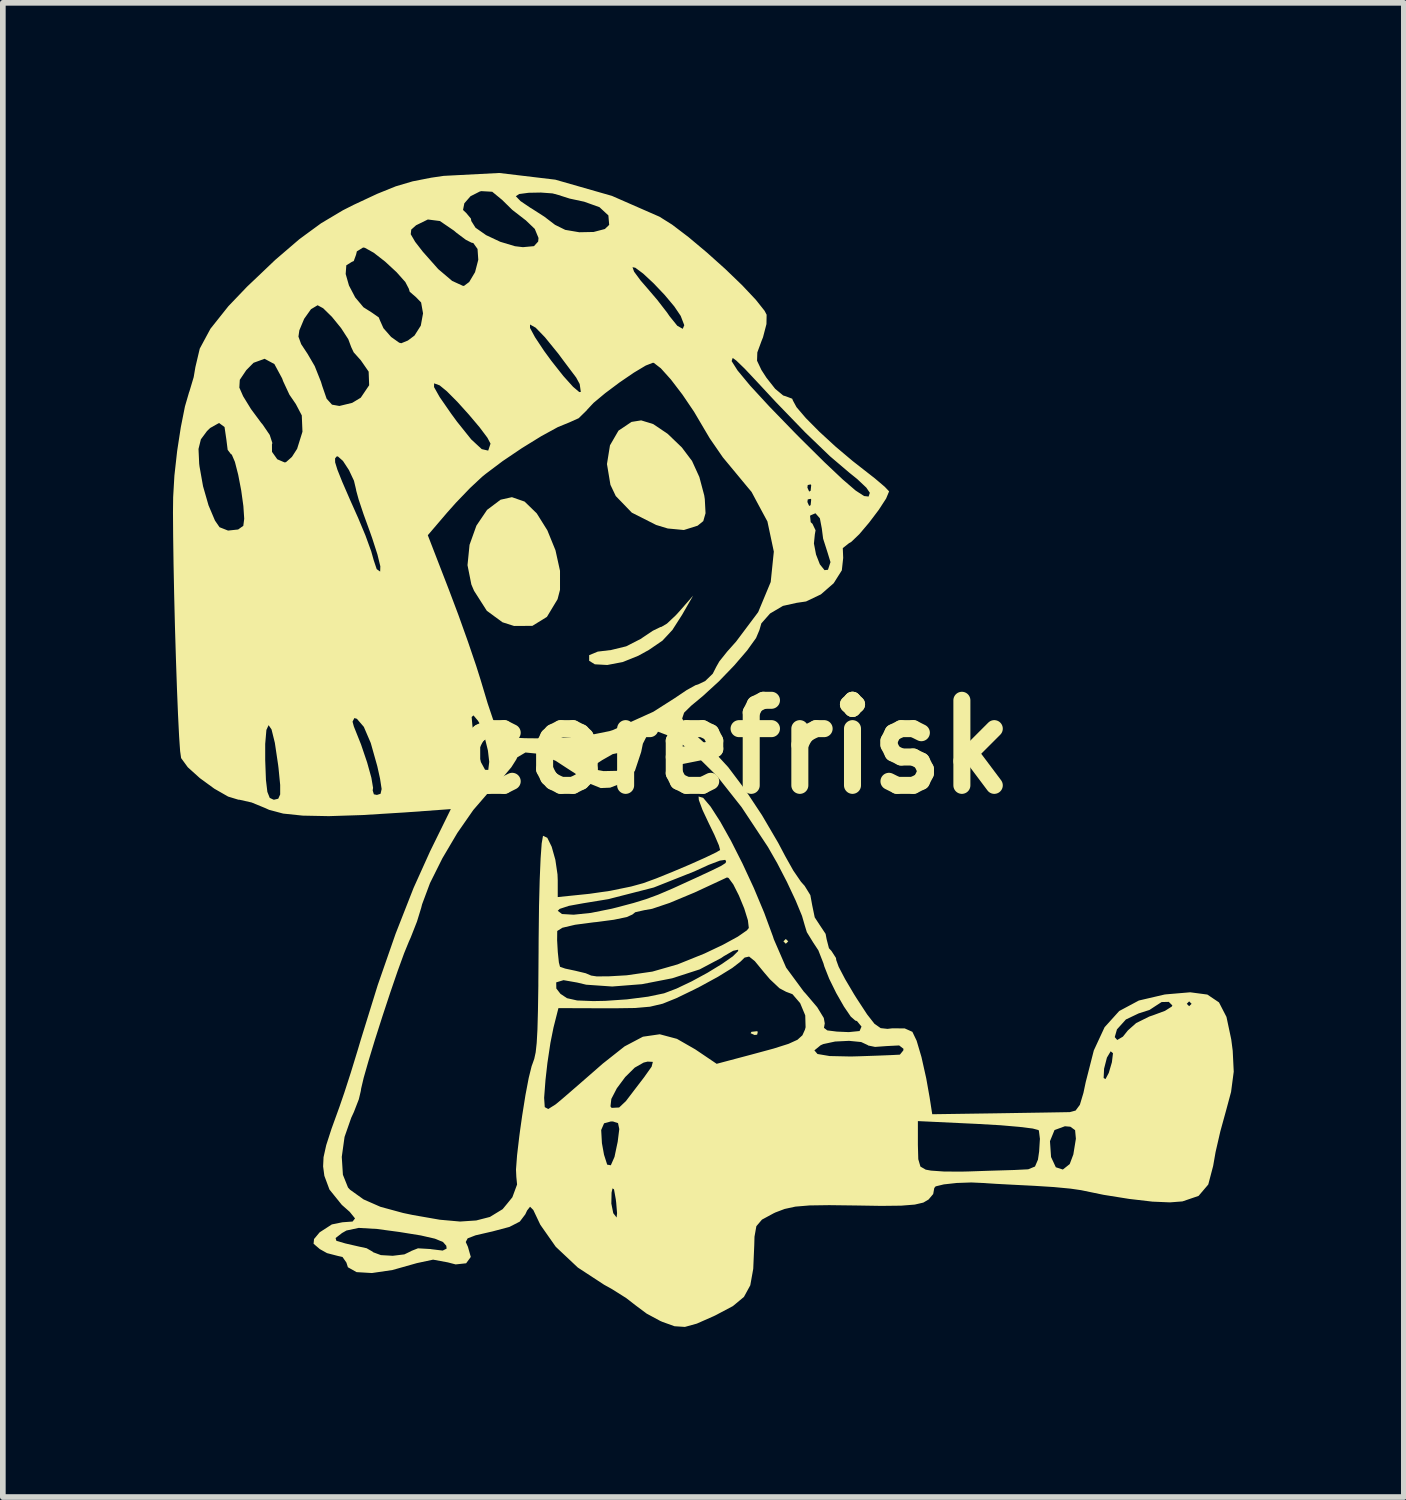
<source format=kicad_pcb>
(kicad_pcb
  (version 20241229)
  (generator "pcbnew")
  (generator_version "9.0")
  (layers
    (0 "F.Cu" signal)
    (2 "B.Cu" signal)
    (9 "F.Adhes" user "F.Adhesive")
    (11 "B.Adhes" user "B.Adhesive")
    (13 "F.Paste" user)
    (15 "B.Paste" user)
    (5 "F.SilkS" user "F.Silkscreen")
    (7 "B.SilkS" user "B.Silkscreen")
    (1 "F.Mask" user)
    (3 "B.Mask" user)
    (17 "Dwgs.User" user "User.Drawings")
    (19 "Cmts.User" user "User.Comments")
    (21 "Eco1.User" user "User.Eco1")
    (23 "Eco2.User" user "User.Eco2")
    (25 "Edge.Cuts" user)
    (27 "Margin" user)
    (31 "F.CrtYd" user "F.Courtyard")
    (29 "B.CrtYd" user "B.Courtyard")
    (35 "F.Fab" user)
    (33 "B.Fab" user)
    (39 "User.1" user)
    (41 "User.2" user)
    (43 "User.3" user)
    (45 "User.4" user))
  (footprint "corefrisk"
    (layer "F.Cu")
    (at 9.874 10.119)
    (property "Reference" "corefrisk" (at 0 0 0) (layer "F.SilkS") (effects (font (size 1.5 1.5) (thickness 0.3))))
    (attr board_only exclude_from_pos_files exclude_from_bom)
    (fp_poly (pts (xy 0.974 3.429) (xy 0.931 3.471) (xy 0.889 3.429) (xy 0.931 3.387)) (stroke (width 0) (type solid)) (fill yes) (layer "F.SilkS"))
    (fp_poly (pts (xy 0.437 5.024) (xy 0.426 5.074) (xy 0.381 5.08) (xy 0.311 5.049) (xy 0.325 5.024) (xy 0.425 5.013)) (stroke (width 0) (type solid)) (fill yes) (layer "F.SilkS"))
    (fp_poly (pts (xy -3.674 -4.325) (xy -3.46 -4.117) (xy -3.273 -3.818) (xy -3.13 -3.467) (xy -3.05 -3.105) (xy -3.05 -2.769) (xy -3.093 -2.604) (xy -3.281 -2.292) (xy -3.537 -2.134) (xy -3.86 -2.132) (xy -4.064 -2.197) (xy -4.34 -2.399) (xy -4.566 -2.753) (xy -4.613 -2.863) (xy -4.681 -3.204) (xy -4.645 -3.563) (xy -4.524 -3.901) (xy -4.336 -4.179) (xy -4.098 -4.358) (xy -3.898 -4.403)) (stroke (width 0) (type solid)) (fill yes) (layer "F.SilkS"))
    (fp_poly (pts (xy -1.407 -5.692) (xy -1.152 -5.52) (xy -0.902 -5.28) (xy -0.722 -5.041) (xy -0.593 -4.758) (xy -0.507 -4.434) (xy -0.497 -4.368) (xy -0.484 -4.12) (xy -0.524 -3.981) (xy -0.624 -3.9) (xy -0.866 -3.824) (xy -1.151 -3.851) (xy -1.355 -3.913) (xy -1.784 -4.13) (xy -2.067 -4.423) (xy -2.161 -4.621) (xy -2.222 -4.987) (xy -2.169 -5.317) (xy -2.019 -5.576) (xy -1.789 -5.73) (xy -1.619 -5.757)) (stroke (width 0) (type solid)) (fill yes) (layer "F.SilkS"))
    (fp_poly (pts (xy -0.898 -2.328) (xy -1.069 -2.061) (xy -1.244 -1.873) (xy -1.484 -1.709) (xy -1.669 -1.607) (xy -1.944 -1.496) (xy -2.217 -1.444) (xy -2.436 -1.456) (xy -2.536 -1.518) (xy -2.536 -1.617) (xy -2.384 -1.68) (xy -2.15 -1.708) (xy -1.883 -1.773) (xy -1.621 -1.907) (xy -1.601 -1.922) (xy -1.413 -2.048) (xy -1.279 -2.113) (xy -1.262 -2.116) (xy -1.164 -2.174) (xy -1.008 -2.321) (xy -0.944 -2.391) (xy -0.703 -2.667)) (stroke (width 0) (type solid)) (fill yes) (layer "F.SilkS"))
    (fp_poly (pts (xy -3.132 -10.001) (xy -2.134 -9.715) (xy -1.296 -9.348) (xy -1.073 -9.208) (xy -0.785 -8.989) (xy -0.463 -8.719) (xy -0.137 -8.427) (xy 0.162 -8.139) (xy 0.403 -7.883) (xy 0.557 -7.689) (xy 0.593 -7.62) (xy 0.59 -7.455) (xy 0.529 -7.221) (xy 0.504 -7.159) (xy 0.429 -6.955) (xy 0.424 -6.809) (xy 0.501 -6.646) (xy 0.589 -6.51) (xy 0.744 -6.313) (xy 0.885 -6.196) (xy 0.933 -6.181) (xy 1.044 -6.139) (xy 1.058 -6.104) (xy 1.12 -5.99) (xy 1.284 -5.798) (xy 1.523 -5.557) (xy 1.808 -5.295) (xy 2.109 -5.041) (xy 2.265 -4.919) (xy 2.503 -4.733) (xy 2.676 -4.586) (xy 2.751 -4.507) (xy 2.752 -4.504) (xy 2.7 -4.379) (xy 2.57 -4.179) (xy 2.399 -3.953) (xy 2.226 -3.749) (xy 2.086 -3.615) (xy 2.046 -3.592) (xy 1.936 -3.505) (xy 1.943 -3.331) (xy 1.919 -3.113) (xy 1.775 -2.885) (xy 1.55 -2.689) (xy 1.288 -2.564) (xy 1.124 -2.54) (xy 0.881 -2.486) (xy 0.654 -2.352) (xy 0.5 -2.178) (xy 0.466 -2.06) (xy 0.407 -1.92) (xy 0.249 -1.7) (xy 0.02 -1.434) (xy -0.251 -1.153) (xy -0.532 -0.896) (xy -0.739 -0.724) (xy -0.862 -0.603) (xy -0.896 -0.501) (xy -0.833 -0.383) (xy -0.667 -0.216) (xy -0.392 0.033) (xy -0.338 0.082) (xy -0.085 0.357) (xy 0.207 0.745) (xy 0.511 1.204) (xy 0.797 1.692) (xy 0.92 1.925) (xy 1.063 2.18) (xy 1.2 2.38) (xy 1.263 2.45) (xy 1.364 2.614) (xy 1.397 2.794) (xy 1.441 3.006) (xy 1.524 3.133) (xy 1.633 3.297) (xy 1.651 3.392) (xy 1.692 3.55) (xy 1.736 3.598) (xy 1.816 3.722) (xy 1.82 3.758) (xy 1.863 3.877) (xy 1.977 4.095) (xy 2.139 4.369) (xy 2.18 4.434) (xy 2.365 4.717) (xy 2.495 4.883) (xy 2.604 4.959) (xy 2.724 4.972) (xy 2.81 4.962) (xy 3.028 4.964) (xy 3.163 5.024) (xy 3.238 5.181) (xy 3.323 5.468) (xy 3.407 5.843) (xy 3.467 6.181) (xy 3.513 6.477) (xy 4.635 6.461) (xy 5.069 6.454) (xy 5.454 6.448) (xy 5.752 6.443) (xy 5.924 6.44) (xy 5.937 6.44) (xy 6.041 6.412) (xy 6.116 6.311) (xy 6.179 6.101) (xy 6.22 5.907) (xy 6.238 5.838) (xy 6.535 5.838) (xy 6.568 5.857) (xy 6.626 5.748) (xy 6.681 5.56) (xy 6.7 5.401) (xy 6.66 5.368) (xy 6.659 5.368) (xy 6.593 5.479) (xy 6.543 5.674) (xy 6.535 5.838) (xy 6.238 5.838) (xy 6.362 5.352) (xy 6.471 5.117) (xy 6.731 5.117) (xy 6.775 5.168) (xy 6.875 5.109) (xy 6.963 4.999) (xy 7.108 4.87) (xy 7.339 4.755) (xy 7.407 4.732) (xy 7.617 4.654) (xy 7.736 4.579) (xy 7.747 4.559) (xy 7.718 4.53) (xy 8.001 4.53) (xy 8.043 4.572) (xy 8.086 4.53) (xy 8.043 4.487) (xy 8.001 4.53) (xy 7.718 4.53) (xy 7.684 4.496) (xy 7.557 4.499) (xy 7.455 4.565) (xy 7.344 4.638) (xy 7.153 4.699) (xy 6.928 4.806) (xy 6.77 4.981) (xy 6.731 5.117) (xy 6.471 5.117) (xy 6.552 4.943) (xy 6.81 4.657) (xy 7.156 4.472) (xy 7.611 4.366) (xy 7.638 4.363) (xy 8.062 4.327) (xy 8.364 4.367) (xy 8.569 4.505) (xy 8.701 4.761) (xy 8.785 5.157) (xy 8.811 5.357) (xy 8.829 5.726) (xy 8.782 6.084) (xy 8.693 6.415) (xy 8.593 6.778) (xy 8.509 7.143) (xy 8.466 7.389) (xy 8.38 7.716) (xy 8.209 7.917) (xy 7.925 8.014) (xy 7.705 8.031) (xy 7.396 8.018) (xy 6.985 7.97) (xy 6.534 7.898) (xy 6.138 7.816) (xy 5.953 7.789) (xy 5.658 7.761) (xy 5.31 7.739) (xy 5.249 7.736) (xy 4.914 7.719) (xy 4.635 7.704) (xy 4.463 7.693) (xy 4.445 7.691) (xy 4.203 7.68) (xy 3.944 7.689) (xy 3.717 7.714) (xy 3.573 7.749) (xy 3.549 7.778) (xy 3.53 7.884) (xy 3.448 7.981) (xy 3.356 8.035) (xy 3.205 8.07) (xy 2.966 8.089) (xy 2.613 8.093) (xy 2.176 8.086) (xy 1.696 8.08) (xy 1.35 8.085) (xy 1.1 8.106) (xy 0.911 8.147) (xy 0.747 8.209) (xy 0.716 8.224) (xy 0.511 8.335) (xy 0.412 8.451) (xy 0.379 8.637) (xy 0.375 8.786) (xy 0.357 9.203) (xy 0.305 9.493) (xy 0.193 9.698) (xy -0.002 9.86) (xy -0.304 10.02) (xy -0.339 10.037) (xy -0.638 10.169) (xy -0.848 10.227) (xy -1.031 10.215) (xy -1.245 10.138) (xy -1.284 10.121) (xy -1.523 9.992) (xy -1.713 9.85) (xy -1.882 9.719) (xy -2.131 9.562) (xy -2.273 9.483) (xy -2.736 9.18) (xy -3.125 8.814) (xy -3.397 8.426) (xy -3.428 8.361) (xy -3.521 8.165) (xy -3.578 8.108) (xy -3.63 8.174) (xy -3.662 8.242) (xy -3.759 8.37) (xy -3.942 8.464) (xy -4.251 8.546) (xy -4.262 8.548) (xy -4.539 8.612) (xy -4.679 8.666) (xy -4.712 8.73) (xy -4.674 8.814) (xy -4.623 8.993) (xy -4.705 9.105) (xy -4.89 9.125) (xy -5.028 9.089) (xy -5.288 9.041) (xy -5.573 9.102) (xy -6.005 9.224) (xy -6.367 9.277) (xy -6.637 9.261) (xy -6.79 9.175) (xy -6.816 9.093) (xy -6.885 8.994) (xy -6.969 8.975) (xy -7.158 8.926) (xy -7.285 8.855) (xy -7.395 8.761) (xy -7.387 8.677) (xy -7.372 8.66) (xy -7.007 8.66) (xy -6.993 8.709) (xy -6.835 8.755) (xy -6.797 8.764) (xy -6.592 8.811) (xy -6.467 8.838) (xy -6.463 8.838) (xy -6.356 8.899) (xy -6.343 8.911) (xy -6.208 8.961) (xy -5.999 8.973) (xy -5.794 8.948) (xy -5.673 8.89) (xy -5.671 8.887) (xy -5.554 8.841) (xy -5.332 8.854) (xy -5.317 8.857) (xy -5.118 8.881) (xy -5.049 8.846) (xy -5.055 8.796) (xy -5.113 8.73) (xy -5.256 8.671) (xy -5.505 8.614) (xy -5.883 8.553) (xy -6.278 8.5) (xy -6.599 8.481) (xy -6.815 8.527) (xy -6.894 8.572) (xy -7.007 8.66) (xy -7.372 8.66) (xy -7.288 8.559) (xy -7.073 8.42) (xy -6.887 8.382) (xy -6.707 8.369) (xy -6.664 8.314) (xy -6.758 8.198) (xy -6.897 8.075) (xy -7.115 7.805) (xy -7.205 7.563) (xy -7.227 7.397) (xy -7.219 7.23) (xy -7.218 7.229) (xy -6.898 7.229) (xy -6.878 7.544) (xy -6.788 7.769) (xy -6.752 7.808) (xy -6.513 7.979) (xy -6.217 8.109) (xy -5.817 8.218) (xy -5.645 8.254) (xy -5.17 8.337) (xy -4.812 8.369) (xy -4.527 8.35) (xy -4.286 8.288) (xy -4.062 8.151) (xy -3.98 8.052) (xy -2.145 8.052) (xy -2.111 8.222) (xy -2.053 8.297) (xy -2.052 8.297) (xy -2.044 8.223) (xy -2.059 8.039) (xy -2.066 7.98) (xy -2.098 7.801) (xy -2.124 7.784) (xy -2.141 7.859) (xy -2.145 8.052) (xy -3.98 8.052) (xy -3.89 7.941) (xy -3.807 7.716) (xy -3.82 7.583) (xy -3.826 7.452) (xy -3.807 7.2) (xy -3.768 6.868) (xy -3.753 6.755) (xy -2.324 6.755) (xy -2.311 6.987) (xy -2.274 7.191) (xy -2.218 7.366) (xy -2.154 7.377) (xy -2.089 7.229) (xy -2.045 7.019) (xy 3.26 7.019) (xy 3.267 7.27) (xy 3.305 7.4) (xy 3.398 7.454) (xy 3.492 7.471) (xy 3.719 7.487) (xy 4.019 7.489) (xy 4.149 7.486) (xy 4.503 7.474) (xy 4.869 7.463) (xy 4.965 7.46) (xy 5.205 7.448) (xy 5.325 7.399) (xy 5.377 7.278) (xy 5.398 7.133) (xy 5.409 6.952) (xy 5.589 6.952) (xy 5.608 7.231) (xy 5.692 7.412) (xy 5.816 7.452) (xy 5.937 7.356) (xy 6.001 7.186) (xy 6.046 6.909) (xy 6.032 6.758) (xy 5.948 6.697) (xy 5.852 6.689) (xy 5.669 6.756) (xy 5.589 6.952) (xy 5.409 6.952) (xy 5.412 6.912) (xy 5.394 6.769) (xy 5.386 6.756) (xy 5.285 6.729) (xy 5.05 6.7) (xy 4.715 6.671) (xy 4.314 6.648) (xy 4.296 6.647) (xy 3.26 6.598) (xy 3.26 7.019) (xy -2.045 7.019) (xy -2.033 6.964) (xy -2.005 6.739) (xy -2.027 6.634) (xy -2.115 6.605) (xy -2.152 6.604) (xy -2.273 6.637) (xy -2.324 6.755) (xy -3.753 6.755) (xy -3.717 6.501) (xy -3.667 6.188) (xy -3.33 6.188) (xy -3.319 6.352) (xy -3.257 6.385) (xy -3.184 6.339) (xy -2.16 6.339) (xy -2.14 6.365) (xy -2.007 6.358) (xy -1.887 6.244) (xy -1.727 6.034) (xy -1.57 5.829) (xy -1.435 5.639) (xy -1.413 5.554) (xy -1.505 5.549) (xy -1.575 5.566) (xy -1.732 5.655) (xy -1.9 5.821) (xy -2.048 6.02) (xy -2.145 6.207) (xy -2.16 6.339) (xy -3.184 6.339) (xy -3.127 6.303) (xy -3.014 6.209) (xy -2.891 6.103) (xy -2.679 5.919) (xy -2.414 5.688) (xy -2.299 5.587) (xy -1.912 5.281) (xy -1.588 5.11) (xy -1.291 5.067) (xy -0.988 5.148) (xy -0.664 5.334) (xy -0.288 5.588) (xy 0.322 5.426) (xy 0.599 5.351) (xy 1.435 5.351) (xy 1.49 5.415) (xy 1.704 5.451) (xy 2.076 5.459) (xy 2.227 5.455) (xy 2.546 5.444) (xy 2.796 5.434) (xy 2.933 5.427) (xy 2.942 5.427) (xy 3.003 5.352) (xy 3.006 5.323) (xy 2.93 5.264) (xy 2.712 5.275) (xy 2.711 5.275) (xy 2.505 5.29) (xy 2.383 5.265) (xy 2.376 5.258) (xy 2.26 5.204) (xy 2.047 5.183) (xy 1.801 5.195) (xy 1.592 5.24) (xy 1.545 5.261) (xy 1.435 5.351) (xy 0.599 5.351) (xy 0.717 5.319) (xy 0.979 5.236) (xy 1.137 5.164) (xy 1.224 5.085) (xy 1.269 4.985) (xy 1.28 4.943) (xy 1.274 4.734) (xy 1.184 4.518) (xy 1.048 4.36) (xy 0.936 4.318) (xy 0.82 4.256) (xy 0.652 4.098) (xy 0.547 3.975) (xy 0.385 3.778) (xy 0.284 3.697) (xy 0.205 3.715) (xy 0.128 3.79) (xy -0.014 3.899) (xy -0.264 4.053) (xy -0.575 4.223) (xy -0.687 4.28) (xy -0.999 4.431) (xy -1.239 4.528) (xy -1.463 4.581) (xy -1.727 4.604) (xy -2.088 4.609) (xy -2.216 4.609) (xy -3.078 4.606) (xy -3.165 4.949) (xy -3.219 5.218) (xy -3.272 5.572) (xy -3.306 5.873) (xy -3.33 6.188) (xy -3.667 6.188) (xy -3.66 6.143) (xy -3.602 5.838) (xy -3.55 5.628) (xy -3.535 5.588) (xy -3.504 5.5) (xy -3.479 5.385) (xy -3.461 5.22) (xy -3.448 4.985) (xy -3.439 4.656) (xy -3.432 4.212) (xy -3.432 4.152) (xy -3.117 4.152) (xy -3.115 4.26) (xy -3.042 4.354) (xy -2.927 4.431) (xy -2.748 4.471) (xy -2.464 4.482) (xy -2.253 4.478) (xy -1.872 4.452) (xy -1.497 4.404) (xy -1.215 4.345) (xy -0.997 4.262) (xy -0.73 4.135) (xy -0.45 3.983) (xy -0.196 3.828) (xy -0.003 3.693) (xy 0.091 3.6) (xy 0.091 3.576) (xy 0.004 3.595) (xy -0.161 3.69) (xy -0.206 3.721) (xy -0.587 3.923) (xy -1.072 4.08) (xy -1.605 4.184) (xy -2.13 4.225) (xy -2.589 4.193) (xy -2.748 4.155) (xy -2.988 4.113) (xy -3.117 4.152) (xy -3.432 4.152) (xy -3.428 3.63) (xy -3.427 3.409) (xy -3.101 3.409) (xy -3.089 3.618) (xy -3.07 3.8) (xy -3.05 3.877) (xy -2.959 3.909) (xy -2.785 3.946) (xy -2.597 3.991) (xy -2.501 4.032) (xy -2.402 4.047) (xy -2.181 4.045) (xy -1.883 4.028) (xy -1.857 4.025) (xy -1.421 3.962) (xy -0.977 3.835) (xy -0.501 3.643) (xy -0.175 3.488) (xy 0.085 3.346) (xy 0.245 3.235) (xy 0.279 3.193) (xy 0.263 3.057) (xy 0.198 2.848) (xy 0.104 2.62) (xy 0.005 2.424) (xy -0.078 2.311) (xy -0.106 2.302) (xy -0.674 2.566) (xy -1.117 2.751) (xy -1.426 2.855) (xy -1.564 2.879) (xy -1.723 2.915) (xy -1.774 2.956) (xy -1.875 3.001) (xy -2.101 3.048) (xy -2.404 3.088) (xy -2.456 3.093) (xy -2.783 3.136) (xy -3.008 3.189) (xy -3.099 3.246) (xy -3.099 3.248) (xy -3.101 3.409) (xy -3.427 3.409) (xy -3.426 3.325) (xy -3.421 2.89) (xy -3.09 2.89) (xy -3.015 2.947) (xy -2.809 2.959) (xy -2.505 2.927) (xy -2.137 2.853) (xy -2.038 2.828) (xy -1.752 2.752) (xy -1.531 2.684) (xy -1.32 2.606) (xy -1.067 2.498) (xy -0.719 2.339) (xy -0.677 2.32) (xy -0.38 2.182) (xy -0.207 2.097) (xy -0.13 2.047) (xy -0.121 2.014) (xy -0.139 1.992) (xy -0.23 2.005) (xy -0.428 2.08) (xy -0.682 2.196) (xy -1.396 2.479) (xy -2.2 2.685) (xy -2.646 2.758) (xy -2.894 2.803) (xy -3.055 2.856) (xy -3.09 2.89) (xy -3.421 2.89) (xy -3.42 2.803) (xy -3.408 2.342) (xy -3.392 1.965) (xy -3.373 1.701) (xy -3.351 1.574) (xy -3.347 1.568) (xy -3.274 1.603) (xy -3.197 1.76) (xy -3.132 1.991) (xy -3.094 2.249) (xy -3.09 2.353) (xy -3.09 2.648) (xy -2.534 2.591) (xy -2.166 2.538) (xy -1.796 2.462) (xy -1.582 2.403) (xy -1.355 2.32) (xy -1.066 2.203) (xy -0.761 2.074) (xy -0.488 1.952) (xy -0.293 1.858) (xy -0.227 1.818) (xy -0.248 1.737) (xy -0.328 1.55) (xy -0.423 1.355) (xy -0.537 1.113) (xy -0.602 0.937) (xy -0.607 0.875) (xy -0.526 0.898) (xy -0.395 1.053) (xy -0.227 1.314) (xy -0.035 1.657) (xy 0.167 2.056) (xy 0.367 2.487) (xy 0.55 2.924) (xy 0.704 3.342) (xy 0.72 3.392) (xy 0.937 3.892) (xy 1.247 4.313) (xy 1.283 4.352) (xy 1.485 4.59) (xy 1.601 4.78) (xy 1.618 4.875) (xy 1.604 4.954) (xy 1.663 4.999) (xy 1.832 5.02) (xy 2.042 5.029) (xy 2.232 5.01) (xy 2.266 4.932) (xy 2.266 4.932) (xy 2.186 4.834) (xy 2.157 4.826) (xy 2.077 4.756) (xy 1.956 4.578) (xy 1.82 4.34) (xy 1.696 4.088) (xy 1.61 3.87) (xy 1.595 3.817) (xy 1.505 3.587) (xy 1.414 3.449) (xy 1.302 3.267) (xy 1.267 3.153) (xy 1.217 2.98) (xy 1.104 2.707) (xy 0.951 2.381) (xy 0.779 2.049) (xy 0.615 1.763) (xy 0.151 1.062) (xy -0.281 0.515) (xy -0.688 0.113) (xy -0.815 0.013) (xy -1.131 -0.196) (xy -1.353 -0.279) (xy -1.499 -0.233) (xy -1.589 -0.056) (xy -1.619 0.09) (xy -1.73 0.424) (xy -1.945 0.634) (xy -2.166 0.719) (xy -2.332 0.726) (xy -2.522 0.649) (xy -2.782 0.47) (xy -2.79 0.464) (xy -2.919 0.381) (xy -2.532 0.381) (xy -2.282 0.427) (xy -2.043 0.422) (xy -1.922 0.296) (xy -1.906 0.191) (xy -1.959 0.094) (xy -2.12 0.127) (xy -2.306 0.233) (xy -2.532 0.381) (xy -2.919 0.381) (xy -3.126 0.246) (xy -3.425 0.122) (xy -3.659 0.099) (xy -3.803 0.184) (xy -3.821 0.222) (xy -3.908 0.359) (xy -4.083 0.566) (xy -4.307 0.799) (xy -4.312 0.804) (xy -4.579 1.113) (xy -4.86 1.517) (xy -5.124 1.964) (xy -5.342 2.401) (xy -5.482 2.776) (xy -5.497 2.836) (xy -5.572 3.08) (xy -5.684 3.365) (xy -5.713 3.429) (xy -5.798 3.637) (xy -5.912 3.95) (xy -6.043 4.332) (xy -6.18 4.747) (xy -6.312 5.16) (xy -6.426 5.535) (xy -6.512 5.836) (xy -6.557 6.027) (xy -6.562 6.065) (xy -6.597 6.213) (xy -6.685 6.44) (xy -6.731 6.539) (xy -6.849 6.877) (xy -6.898 7.229) (xy -7.218 7.229) (xy -7.172 7.022) (xy -7.079 6.734) (xy -6.94 6.35) (xy -6.853 6.097) (xy -6.738 5.741) (xy -6.616 5.343) (xy -6.563 5.165) (xy -6.264 4.2) (xy -5.949 3.295) (xy -5.632 2.487) (xy -5.34 1.84) (xy -4.975 1.097) (xy -5.79 1.156) (xy -6.533 1.202) (xy -7.126 1.221) (xy -7.586 1.212) (xy -7.931 1.176) (xy -8.179 1.11) (xy -8.247 1.079) (xy -8.488 0.98) (xy -8.7 0.932) (xy -8.722 0.931) (xy -8.902 0.876) (xy -9.145 0.737) (xy -9.4 0.551) (xy -9.613 0.359) (xy -9.731 0.197) (xy -9.731 0.195) (xy -9.748 0.075) (xy -9.757 -0.053) (xy -8.248 -0.053) (xy -8.248 0.233) (xy -8.235 0.582) (xy -8.21 0.793) (xy -8.168 0.899) (xy -8.101 0.931) (xy -8.089 0.931) (xy -8.018 0.914) (xy -7.984 0.839) (xy -7.984 0.671) (xy -8.013 0.375) (xy -8.02 0.318) (xy -8.078 -0.072) (xy -8.136 -0.307) (xy -8.188 -0.383) (xy -8.227 -0.299) (xy -8.248 -0.053) (xy -9.757 -0.053) (xy -9.766 -0.187) (xy -9.779 -0.445) (xy -6.708 -0.445) (xy -6.685 -0.36) (xy -6.558 -0.042) (xy -6.451 0.274) (xy -6.376 0.544) (xy -6.346 0.723) (xy -6.353 0.766) (xy -6.332 0.836) (xy -6.278 0.847) (xy -6.214 0.827) (xy -6.195 0.743) (xy -6.223 0.56) (xy -6.272 0.339) (xy -6.387 -0.069) (xy -6.509 -0.353) (xy -6.631 -0.495) (xy -6.676 -0.508) (xy -6.708 -0.445) (xy -9.779 -0.445) (xy -9.783 -0.527) (xy -4.608 -0.527) (xy -4.594 -0.367) (xy -4.534 -0.059) (xy -4.523 -0.004) (xy -4.446 0.266) (xy -4.371 0.404) (xy -4.315 0.406) (xy -4.298 0.264) (xy -4.321 0.064) (xy -4.387 -0.205) (xy -4.474 -0.424) (xy -4.498 -0.463) (xy -4.576 -0.555) (xy -4.608 -0.527) (xy -9.783 -0.527) (xy -9.785 -0.564) (xy -9.804 -1.029) (xy -9.822 -1.554) (xy -9.839 -2.112) (xy -9.853 -2.677) (xy -9.864 -3.22) (xy -9.871 -3.715) (xy -9.874 -4.134) (xy -9.871 -4.403) (xy -9.849 -4.782) (xy -9.801 -5.212) (xy -9.795 -5.253) (xy -9.424 -5.253) (xy -9.412 -4.993) (xy -9.406 -4.944) (xy -9.344 -4.595) (xy -9.247 -4.258) (xy -9.134 -3.991) (xy -9.053 -3.873) (xy -8.903 -3.814) (xy -8.725 -3.833) (xy -8.634 -3.898) (xy -8.618 -4.022) (xy -8.633 -4.247) (xy -8.671 -4.522) (xy -8.724 -4.798) (xy -8.782 -5.025) (xy -8.837 -5.153) (xy -8.855 -5.165) (xy -8.91 -5.238) (xy -8.932 -5.414) (xy -8.965 -5.64) (xy -9.062 -5.711) (xy -9.218 -5.623) (xy -9.274 -5.569) (xy -9.382 -5.423) (xy -9.424 -5.253) (xy -9.795 -5.253) (xy -9.736 -5.636) (xy -9.663 -6.003) (xy -9.589 -6.257) (xy -9.585 -6.265) (xy -9.564 -6.335) (xy -8.704 -6.335) (xy -8.637 -6.182) (xy -8.498 -5.956) (xy -8.318 -5.713) (xy -8.294 -5.685) (xy -8.168 -5.5) (xy -8.122 -5.358) (xy -8.129 -5.332) (xy -8.128 -5.202) (xy -8.035 -5.071) (xy -7.907 -5.016) (xy -7.882 -5.02) (xy -7.807 -5.086) (xy -7.016 -5.086) (xy -7.015 -5.017) (xy -6.975 -4.887) (xy -6.889 -4.672) (xy -6.747 -4.345) (xy -6.607 -4.031) (xy -6.48 -3.727) (xy -6.379 -3.449) (xy -6.335 -3.292) (xy -6.282 -3.134) (xy -6.221 -3.091) (xy -6.221 -3.091) (xy -6.218 -3.184) (xy -6.269 -3.393) (xy -6.362 -3.681) (xy -6.38 -3.732) (xy -5.381 -3.732) (xy -5.011 -2.776) (xy -4.841 -2.325) (xy -4.673 -1.855) (xy -4.529 -1.432) (xy -4.451 -1.185) (xy -4.326 -0.768) (xy -4.231 -0.485) (xy -4.147 -0.31) (xy -4.052 -0.215) (xy -3.927 -0.173) (xy -3.75 -0.157) (xy -3.666 -0.153) (xy -3.288 -0.149) (xy -2.871 -0.172) (xy -2.48 -0.217) (xy -2.177 -0.278) (xy -2.117 -0.297) (xy -1.405 -0.619) (xy -1.028 -0.859) (xy -0.817 -1.001) (xy -0.66 -1.088) (xy -0.616 -1.101) (xy -0.49 -1.161) (xy -0.357 -1.29) (xy -0.295 -1.412) (xy -0.241 -1.507) (xy -0.102 -1.681) (xy 0.055 -1.857) (xy 0.444 -2.376) (xy 0.665 -2.907) (xy 0.72 -3.443) (xy 0.607 -3.975) (xy 0.555 -4.071) (xy 1.359 -4.071) (xy 1.37 -3.962) (xy 1.401 -3.934) (xy 1.456 -3.819) (xy 1.443 -3.746) (xy 1.427 -3.586) (xy 1.464 -3.392) (xy 1.532 -3.218) (xy 1.614 -3.116) (xy 1.675 -3.123) (xy 1.719 -3.258) (xy 1.666 -3.431) (xy 1.589 -3.672) (xy 1.566 -3.851) (xy 1.532 -4.03) (xy 1.454 -4.119) (xy 1.366 -4.082) (xy 1.359 -4.071) (xy 0.555 -4.071) (xy 0.422 -4.318) (xy 1.312 -4.318) (xy 1.343 -4.248) (xy 1.369 -4.262) (xy 1.379 -4.362) (xy 1.369 -4.374) (xy 1.318 -4.363) (xy 1.312 -4.318) (xy 0.422 -4.318) (xy 0.327 -4.496) (xy 0.263 -4.572) (xy 1.312 -4.572) (xy 1.343 -4.502) (xy 1.369 -4.516) (xy 1.379 -4.616) (xy 1.369 -4.628) (xy 1.318 -4.617) (xy 1.312 -4.572) (xy 0.263 -4.572) (xy 0.056 -4.822) (xy -0.178 -5.104) (xy -0.409 -5.439) (xy -0.509 -5.608) (xy -0.687 -5.91) (xy -0.891 -6.211) (xy -1.095 -6.478) (xy -1.272 -6.675) (xy -1.395 -6.77) (xy -1.412 -6.773) (xy -1.538 -6.724) (xy -1.75 -6.597) (xy -2.003 -6.424) (xy -2.254 -6.236) (xy -2.459 -6.065) (xy -2.574 -5.942) (xy -2.578 -5.935) (xy -2.721 -5.795) (xy -2.886 -5.721) (xy -3.089 -5.638) (xy -3.381 -5.478) (xy -3.72 -5.269) (xy -4.061 -5.039) (xy -4.36 -4.814) (xy -4.424 -4.762) (xy -4.636 -4.564) (xy -4.886 -4.304) (xy -5.04 -4.131) (xy -5.381 -3.732) (xy -6.38 -3.732) (xy -6.4 -3.789) (xy -6.514 -4.103) (xy -6.6 -4.361) (xy -6.643 -4.517) (xy -6.646 -4.538) (xy -6.683 -4.693) (xy -6.771 -4.88) (xy -6.877 -5.042) (xy -6.967 -5.122) (xy -6.989 -5.12) (xy -7.016 -5.086) (xy -7.807 -5.086) (xy -7.777 -5.113) (xy -7.685 -5.256) (xy -7.591 -5.557) (xy -7.603 -5.845) (xy -7.708 -6.045) (xy -7.821 -6.21) (xy -7.932 -6.448) (xy -7.949 -6.496) (xy -8.086 -6.75) (xy -8.259 -6.843) (xy -8.454 -6.772) (xy -8.582 -6.642) (xy -8.696 -6.472) (xy -8.704 -6.335) (xy -9.564 -6.335) (xy -9.509 -6.519) (xy -9.479 -6.696) (xy -9.402 -7.022) (xy -9.288 -7.234) (xy -7.662 -7.234) (xy -7.614 -7.101) (xy -7.501 -6.93) (xy -7.375 -6.714) (xy -7.264 -6.435) (xy -7.244 -6.368) (xy -7.165 -6.139) (xy -7.07 -6.034) (xy -6.94 -6.011) (xy -6.714 -6.066) (xy -6.563 -6.157) (xy -6.437 -6.344) (xy -5.271 -6.344) (xy -5.172 -6.168) (xy -4.969 -5.875) (xy -4.865 -5.733) (xy -4.615 -5.421) (xy -4.43 -5.25) (xy -4.316 -5.224) (xy -4.276 -5.344) (xy -4.276 -5.348) (xy -4.33 -5.451) (xy -4.468 -5.635) (xy -4.657 -5.859) (xy -4.86 -6.084) (xy -5.044 -6.269) (xy -5.173 -6.375) (xy -5.174 -6.375) (xy -5.27 -6.41) (xy -5.271 -6.344) (xy -6.437 -6.344) (xy -6.415 -6.376) (xy -6.424 -6.617) (xy -6.562 -6.816) (xy -6.688 -6.957) (xy -6.731 -7.048) (xy -6.783 -7.188) (xy -6.91 -7.384) (xy -7.072 -7.583) (xy -7.226 -7.734) (xy -7.324 -7.787) (xy -7.441 -7.717) (xy -7.561 -7.548) (xy -7.646 -7.345) (xy -7.662 -7.234) (xy -9.288 -7.234) (xy -9.213 -7.373) (xy -8.898 -7.769) (xy -8.568 -8.114) (xy -8.332 -8.338) (xy -6.829 -8.338) (xy -6.771 -8.135) (xy -6.661 -7.925) (xy -6.515 -7.751) (xy -6.371 -7.66) (xy -6.246 -7.573) (xy -6.223 -7.516) (xy -6.163 -7.382) (xy -6.028 -7.228) (xy -5.886 -7.127) (xy -5.849 -7.117) (xy -5.732 -7.165) (xy -5.616 -7.252) (xy -5.505 -7.427) (xy -5.501 -7.447) (xy -3.579 -7.447) (xy -3.579 -7.387) (xy -3.49 -7.222) (xy -3.33 -6.981) (xy -3.202 -6.806) (xy -2.992 -6.54) (xy -2.82 -6.349) (xy -2.71 -6.256) (xy -2.683 -6.259) (xy -2.703 -6.398) (xy -2.765 -6.512) (xy -2.983 -6.802) (xy -0.024 -6.802) (xy 0.08 -6.638) (xy 0.302 -6.37) (xy 0.64 -6.003) (xy 1.089 -5.54) (xy 1.188 -5.44) (xy 1.612 -5.02) (xy 1.933 -4.717) (xy 2.162 -4.52) (xy 2.311 -4.423) (xy 2.391 -4.414) (xy 2.413 -4.48) (xy 2.351 -4.571) (xy 2.192 -4.721) (xy 2.053 -4.833) (xy 1.712 -5.123) (xy 1.277 -5.541) (xy 0.756 -6.08) (xy 0.4 -6.463) (xy 0.207 -6.668) (xy 0.059 -6.811) (xy -0.005 -6.858) (xy -0.024 -6.802) (xy -2.983 -6.802) (xy -3.081 -6.934) (xy -3.316 -7.223) (xy -3.479 -7.391) (xy -3.578 -7.447) (xy -3.579 -7.447) (xy -5.501 -7.447) (xy -5.465 -7.644) (xy -5.499 -7.836) (xy -5.588 -7.928) (xy -5.7 -8.025) (xy -5.715 -8.077) (xy -5.777 -8.196) (xy -5.932 -8.37) (xy -6.133 -8.556) (xy -6.335 -8.713) (xy -6.491 -8.8) (xy -6.522 -8.805) (xy -6.632 -8.737) (xy -6.646 -8.678) (xy -6.687 -8.566) (xy -6.722 -8.551) (xy -6.818 -8.491) (xy -6.829 -8.338) (xy -8.332 -8.338) (xy -8.073 -8.585) (xy -7.649 -8.949) (xy -7.527 -9.039) (xy -5.682 -9.039) (xy -5.604 -8.905) (xy -5.469 -8.731) (xy -5.197 -8.424) (xy -4.952 -8.216) (xy -4.762 -8.129) (xy -4.743 -8.128) (xy -4.651 -8.197) (xy -4.551 -8.365) (xy -4.548 -8.37) (xy -4.525 -8.458) (xy -1.772 -8.458) (xy -1.744 -8.379) (xy -1.628 -8.222) (xy -1.541 -8.122) (xy -1.339 -7.886) (xy -1.161 -7.656) (xy -1.12 -7.596) (xy -0.982 -7.425) (xy -0.886 -7.371) (xy -0.859 -7.435) (xy -0.922 -7.599) (xy -1.035 -7.766) (xy -1.206 -7.97) (xy -1.401 -8.175) (xy -1.585 -8.346) (xy -1.722 -8.448) (xy -1.772 -8.458) (xy -4.525 -8.458) (xy -4.491 -8.589) (xy -4.504 -8.779) (xy -4.579 -8.884) (xy -4.61 -8.89) (xy -4.709 -8.94) (xy -4.876 -9.065) (xy -4.919 -9.102) (xy -5.168 -9.272) (xy -5.38 -9.299) (xy -5.588 -9.197) (xy -5.673 -9.121) (xy -5.682 -9.039) (xy -7.527 -9.039) (xy -7.263 -9.232) (xy -6.882 -9.459) (xy -6.867 -9.467) (xy -4.76 -9.467) (xy -4.704 -9.414) (xy -4.621 -9.315) (xy -4.614 -9.272) (xy -4.54 -9.154) (xy -4.353 -9.023) (xy -4.104 -8.906) (xy -3.845 -8.828) (xy -3.704 -8.811) (xy -3.509 -8.829) (xy -3.435 -8.91) (xy -3.429 -8.973) (xy -3.495 -9.133) (xy -3.656 -9.287) (xy -3.661 -9.29) (xy -3.892 -9.469) (xy -4.07 -9.644) (xy -4.149 -9.709) (xy -3.829 -9.709) (xy -3.746 -9.623) (xy -3.575 -9.507) (xy -3.557 -9.497) (xy -3.325 -9.348) (xy -3.138 -9.205) (xy -2.958 -9.116) (xy -2.71 -9.074) (xy -2.457 -9.079) (xy -2.259 -9.131) (xy -2.183 -9.204) (xy -2.197 -9.371) (xy -2.354 -9.516) (xy -2.625 -9.613) (xy -2.654 -9.619) (xy -2.881 -9.668) (xy -3.035 -9.717) (xy -3.048 -9.723) (xy -3.182 -9.759) (xy -3.387 -9.774) (xy -3.603 -9.77) (xy -3.77 -9.748) (xy -3.829 -9.709) (xy -4.149 -9.709) (xy -4.245 -9.788) (xy -4.436 -9.799) (xy -4.463 -9.793) (xy -4.628 -9.709) (xy -4.737 -9.584) (xy -4.76 -9.467) (xy -6.867 -9.467) (xy -6.689 -9.557) (xy -6.272 -9.752) (xy -5.945 -9.884) (xy -5.647 -9.972) (xy -5.32 -10.036) (xy -5.102 -10.068) (xy -4.121 -10.119)) (stroke (width 0) (type solid)) (fill yes) (layer "F.SilkS")))
  (gr_rect
    (start -3 -3)
    (end 21.702 23.346)
    (stroke (width 0.1) (type default))
    (fill no)
    (layer "Edge.Cuts")))
</source>
